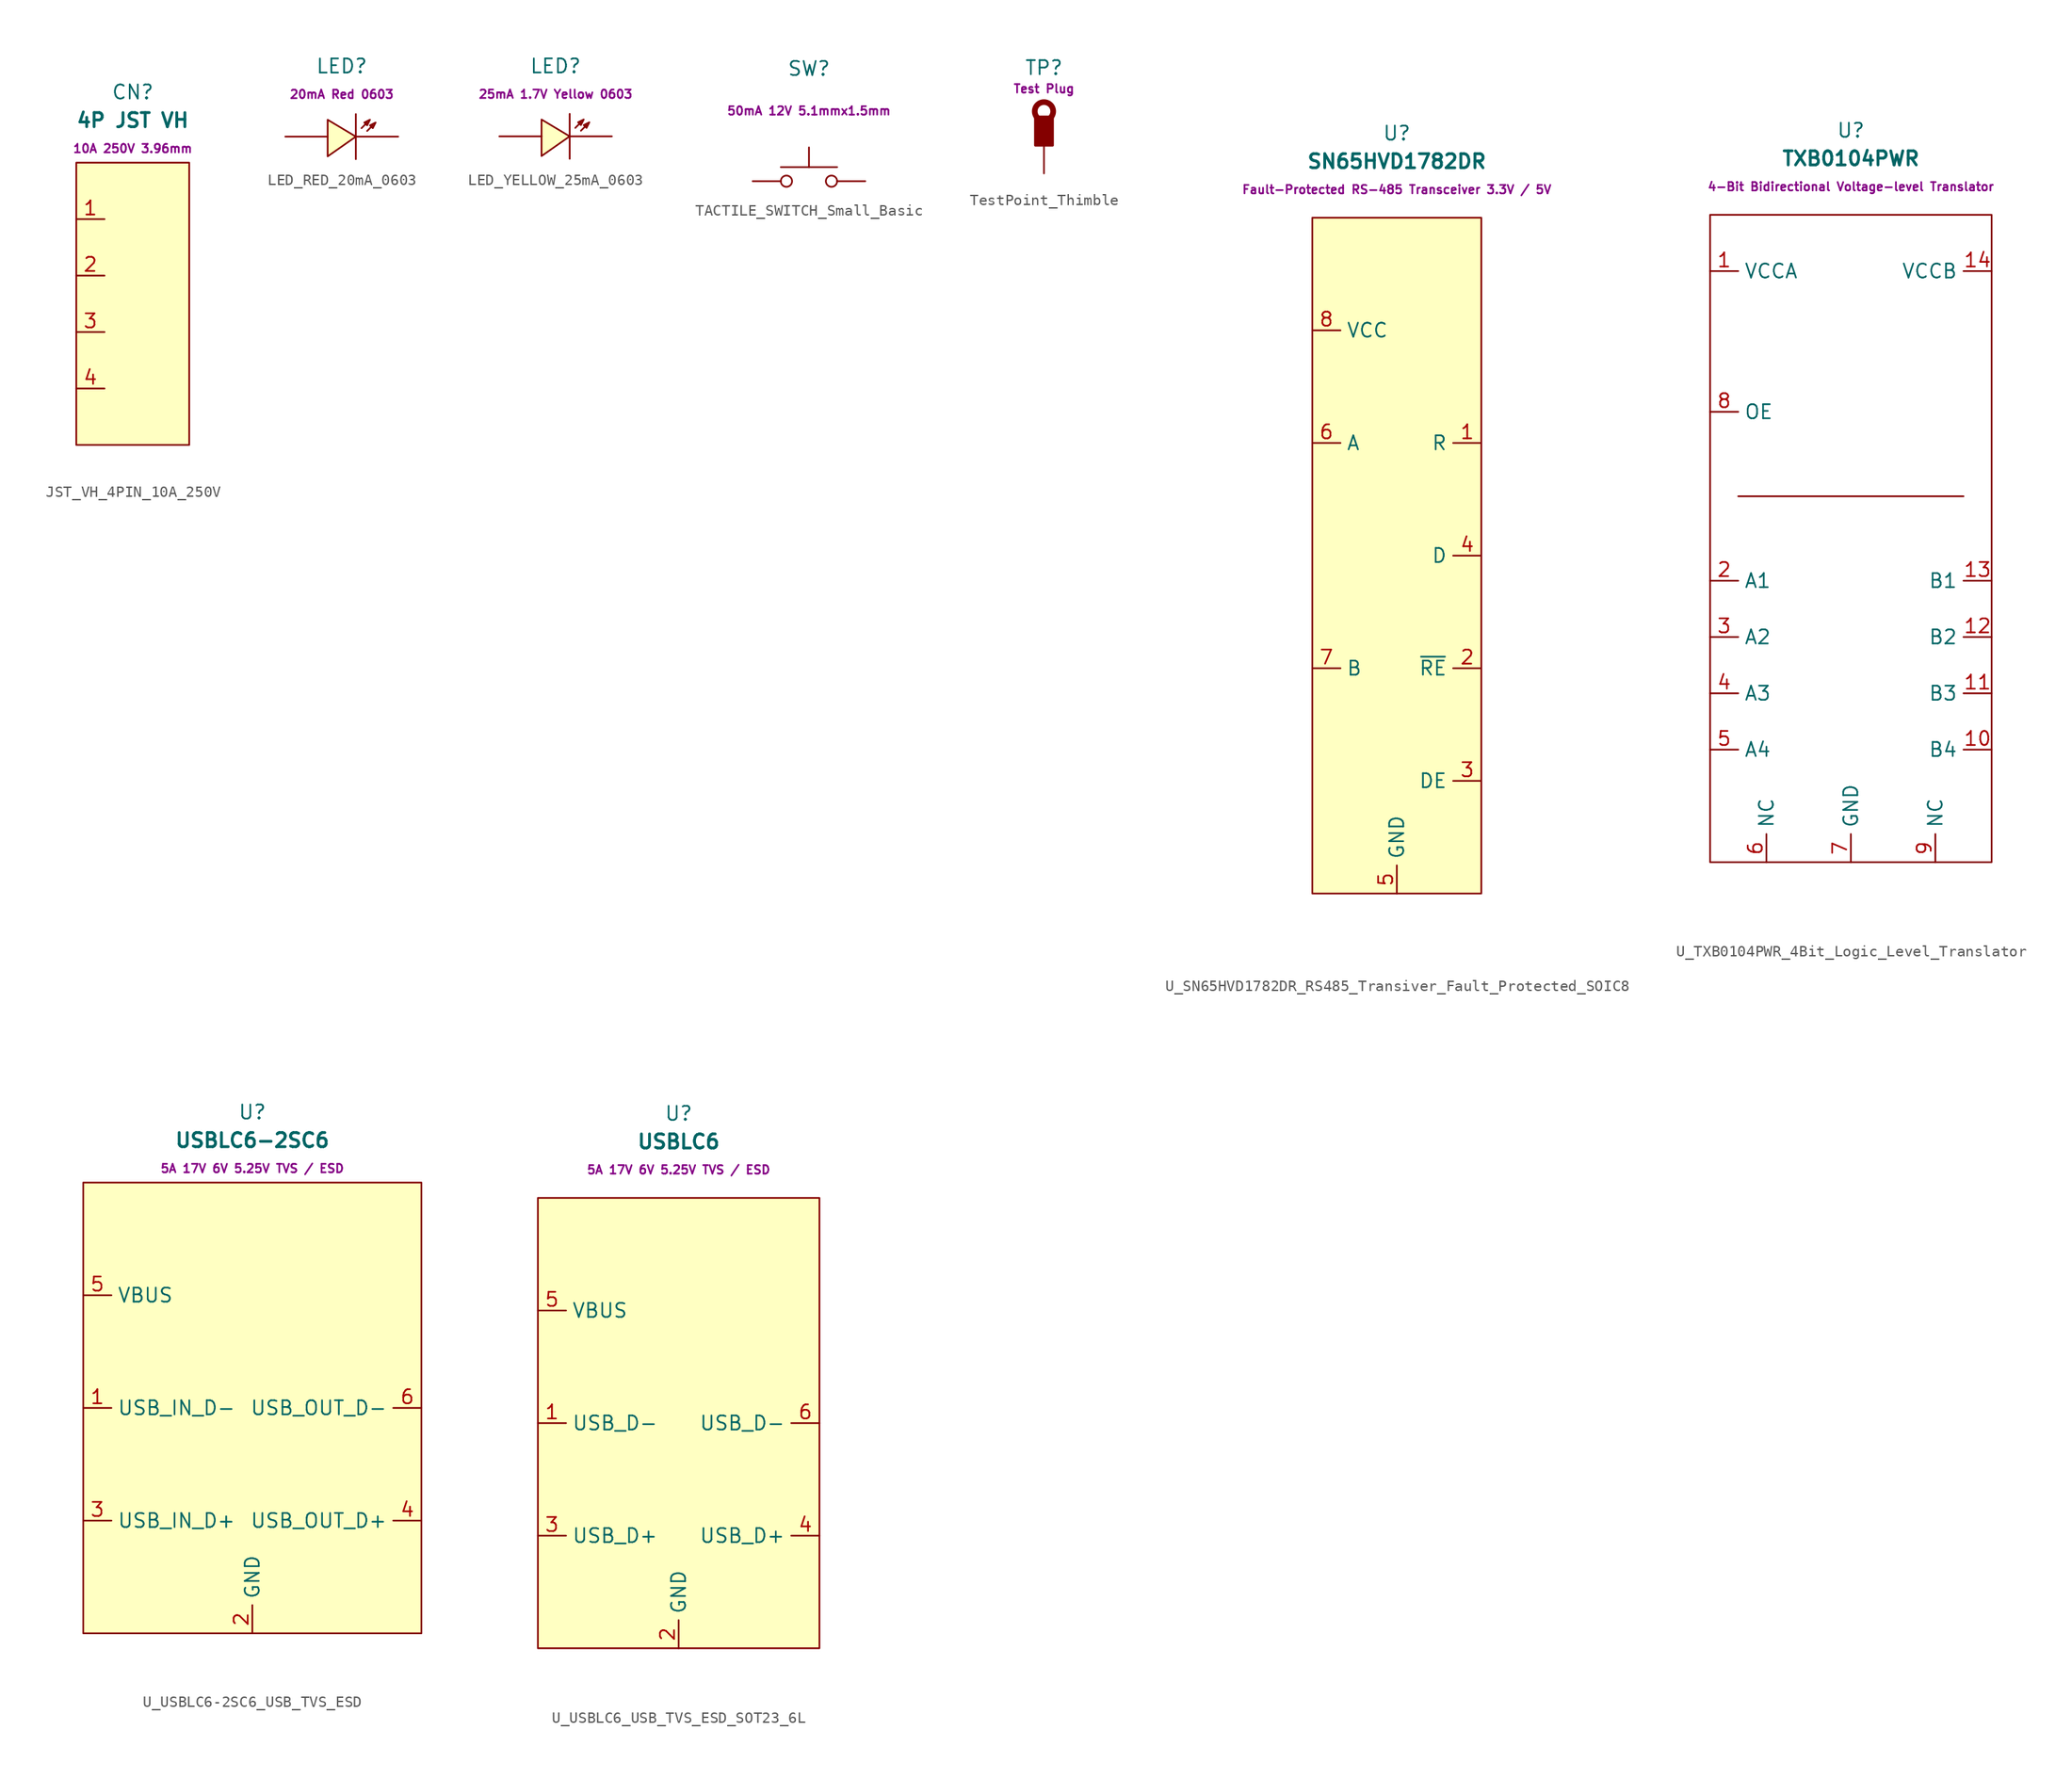
<source format=kicad_sym>
(kicad_symbol_lib
  (version 20231120)
  (generator "kicad_symbol_editor")
  (generator_version "8.0")
  (symbol "JST_VH_4PIN_10A_250V"
    (pin_names hide)
    (property "Reference" "CN"
      (at 0 19.05 0)
      (effects (font (size 1.27 1.27))))
    (property "Value" "4P JST VH"
      (at 0 16.51 0)
      (effects (font (size 1.27 1.27) (bold yes))))
    (property "Extra Values" "10A 250V 3.96mm"
      (at 0 13.97 0)
      (effects (font (size 0.762 0.762) (bold yes))))
    (symbol "JST_VH_4PIN_10A_250V_0_1"
      (rectangle (start -5.08 12.7) (end 5.08 -12.7) (stroke (width 0) (type default)) (fill (type background))))
    (symbol "JST_VH_4PIN_10A_250V_1_1"
      (pin passive line (at -5.08 7.62 0) (length 2.54) (name "1" (effects (font (size 1.27 1.27)))) (number "1" (effects (font (size 1.27 1.27)))))
      (pin passive line (at -5.08 2.54 0) (length 2.54) (name "2" (effects (font (size 1.27 1.27)))) (number "2" (effects (font (size 1.27 1.27)))))
      (pin passive line (at -5.08 -2.54 0) (length 2.54) (name "3" (effects (font (size 1.27 1.27)))) (number "3" (effects (font (size 1.27 1.27)))))
      (pin passive line (at -5.08 -7.62 0) (length 2.54) (name "4" (effects (font (size 1.27 1.27)))) (number "4" (effects (font (size 1.27 1.27)))))))
  (symbol "LED_RED_20mA_0603"
    (pin_numbers hide)
    (pin_names hide)
    (property "Reference" "LED"
      (at 0 6.35 0)
      (effects (font (size 1.27 1.27))))
    (property "Extra Values" "20mA Red 0603"
      (at 0 3.81 0)
      (effects (font (size 0.762 0.762) (bold yes))))
    (symbol "LED_RED_20mA_0603_0_1"
      (polyline (pts (xy 1.27 -2.03) (xy 1.27 2.03)) (stroke (width 0) (type default)) (fill (type none)))
      (polyline (pts (xy 1.778 0.762) (xy 2.286 1.27)) (stroke (width 0) (type default)) (fill (type none)))
      (polyline (pts (xy 2.286 0.508) (xy 2.794 1.016)) (stroke (width 0) (type default)) (fill (type none)))
      (polyline (pts (xy -1.27 1.52) (xy 1.27 0) (xy -1.27 -1.78) (xy -1.27 1.52)) (stroke (width 0) (type default)) (fill (type background)))
      (polyline (pts (xy 2.54 1.524) (xy 2.286 1.016) (xy 2.032 1.27) (xy 2.54 1.524)) (stroke (width 0) (type default)) (fill (type background)))
      (polyline (pts (xy 3.048 1.27) (xy 2.794 0.762) (xy 2.54 1.016) (xy 3.048 1.27)) (stroke (width 0) (type default)) (fill (type background))))
    (symbol "LED_RED_20mA_0603_1_1"
      (pin passive line (at 5.08 0 180) (length 3.81) (name "K" (effects (font (size 1.27 1.27)))) (number "1" (effects (font (size 1.27 1.27)))))
      (pin passive line (at -5.08 0 0) (length 3.81) (name "A" (effects (font (size 1.27 1.27)))) (number "2" (effects (font (size 1.27 1.27)))))))
  (symbol "LED_YELLOW_25mA_0603"
    (pin_numbers hide)
    (pin_names hide)
    (property "Reference" "LED"
      (at 0 6.35 0)
      (effects (font (size 1.27 1.27))))
    (property "Extra Values" "25mA 1.7V Yellow 0603"
      (at 0 3.81 0)
      (effects (font (size 0.762 0.762) (bold yes))))
    (symbol "LED_YELLOW_25mA_0603_0_1"
      (polyline (pts (xy 1.27 -2.03) (xy 1.27 2.03)) (stroke (width 0) (type default)) (fill (type none)))
      (polyline (pts (xy 1.778 0.762) (xy 2.286 1.27)) (stroke (width 0) (type default)) (fill (type none)))
      (polyline (pts (xy 2.286 0.508) (xy 2.794 1.016)) (stroke (width 0) (type default)) (fill (type none)))
      (polyline (pts (xy -1.27 1.52) (xy 1.27 0) (xy -1.27 -1.78) (xy -1.27 1.52)) (stroke (width 0) (type default)) (fill (type background)))
      (polyline (pts (xy 2.54 1.524) (xy 2.286 1.016) (xy 2.032 1.27) (xy 2.54 1.524)) (stroke (width 0) (type default)) (fill (type background)))
      (polyline (pts (xy 3.048 1.27) (xy 2.794 0.762) (xy 2.54 1.016) (xy 3.048 1.27)) (stroke (width 0) (type default)) (fill (type background))))
    (symbol "LED_YELLOW_25mA_0603_1_1"
      (pin passive line (at 5.08 0 180) (length 3.81) (name "K" (effects (font (size 1.27 1.27)))) (number "1" (effects (font (size 1.27 1.27)))))
      (pin passive line (at -5.08 0 0) (length 3.81) (name "A" (effects (font (size 1.27 1.27)))) (number "2" (effects (font (size 1.27 1.27)))))))
  (symbol "TACTILE_SWITCH_Small_Basic"
    (pin_numbers hide)
    (pin_names hide)
    (property "Reference" "SW"
      (at 0 10.16 0)
      (effects (font (size 1.27 1.27))))
    (property "Extra Values" "50mA 12V 5.1mmx1.5mm"
      (at 0 6.35 0)
      (effects (font (size 0.762 0.762) (bold yes))))
    (symbol "TACTILE_SWITCH_Small_Basic_0_1"
      (circle (center -2.032 0) (radius 0.508) (stroke (width 0) (type default)) (fill (type none)))
      (polyline (pts (xy 0 1.27) (xy 0 3.048)) (stroke (width 0) (type default)) (fill (type none)))
      (polyline (pts (xy 2.54 1.27) (xy -2.54 1.27)) (stroke (width 0) (type default)) (fill (type none)))
      (circle (center 2.032 0) (radius 0.508) (stroke (width 0) (type default)) (fill (type none)))
      (pin passive line (at -5.08 0 0) (length 2.54) (name "1" (effects (font (size 1.27 1.27)))) (number "1" (effects (font (size 1.27 1.27)))))
      (pin passive line (at 5.08 0 180) (length 2.54) (name "2" (effects (font (size 1.27 1.27)))) (number "2" (effects (font (size 1.27 1.27)))))))
  (symbol "TestPoint_Thimble"
    (pin_numbers hide)
    (pin_names hide)
    (property "Reference" "TP"
      (at 0 9.504 0)
      (effects (font (size 1.27 1.27))))
    (property "Extra Values" "Test Plug"
      (at 0 7.62 0)
      (effects (font (size 0.762 0.762) (bold yes))))
    (symbol "TestPoint_Thimble_1_1"
      (rectangle (start -0.762 5.08) (end 0.762 2.54) (stroke (width 0.254) (type default)) (fill (type outline)))
      (arc (start 0.508 4.9323) (mid 0 6.4175) (end -0.508 4.9323) (stroke (width 0.508) (type default)) (fill (type none)))
      (pin passive line (at 0 0 90) (length 2.54) (name "1" (effects (font (size 1.27 1.27)))) (number "1" (effects (font (size 1.27 1.27)))))))
  (symbol "U_SN65HVD1782DR_RS485_Transiver_Fault_Protected_SOIC8"
    (property "Reference" "U"
      (at 0 38.1 0)
      (effects (font (size 1.27 1.27))))
    (property "Value" "SN65HVD1782DR"
      (at 0 35.56 0)
      (effects (font (size 1.27 1.27) (bold yes))))
    (property "Extra Values" "Fault-Protected RS-485 Transceiver 3.3V / 5V"
      (at 0 33.02 0)
      (effects (font (size 0.762 0.762) (bold yes))))
    (symbol "U_SN65HVD1782DR_RS485_Transiver_Fault_Protected_SOIC8_0_1"
      (rectangle (start -7.62 30.48) (end 7.62 -30.48) (stroke (width 0) (type default)) (fill (type background))))
    (symbol "U_SN65HVD1782DR_RS485_Transiver_Fault_Protected_SOIC8_1_1"
      (pin output line (at 7.62 10.16 180) (length 2.54) (name "R" (effects (font (size 1.27 1.27)))) (number "1" (effects (font (size 1.27 1.27)))))
      (pin input line (at 7.62 -10.16 180) (length 2.54) (name "~{RE}" (effects (font (size 1.27 1.27)))) (number "2" (effects (font (size 1.27 1.27)))))
      (pin input line (at 7.62 -20.32 180) (length 2.54) (name "DE" (effects (font (size 1.27 1.27)))) (number "3" (effects (font (size 1.27 1.27)))))
      (pin input line (at 7.62 0 180) (length 2.54) (name "D" (effects (font (size 1.27 1.27)))) (number "4" (effects (font (size 1.27 1.27)))))
      (pin power_in line (at 0 -30.48 90) (length 2.54) (name "GND" (effects (font (size 1.27 1.27)))) (number "5" (effects (font (size 1.27 1.27)))))
      (pin bidirectional line (at -7.62 10.16 0) (length 2.54) (name "A" (effects (font (size 1.27 1.27)))) (number "6" (effects (font (size 1.27 1.27)))))
      (pin bidirectional line (at -7.62 -10.16 0) (length 2.54) (name "B" (effects (font (size 1.27 1.27)))) (number "7" (effects (font (size 1.27 1.27)))))
      (pin power_in line (at -7.62 20.32 0) (length 2.54) (name "VCC" (effects (font (size 1.27 1.27)))) (number "8" (effects (font (size 1.27 1.27)))))))
  (symbol "U_TXB0104PWR_4Bit_Logic_Level_Translator"
    (property "Reference" "U"
      (at 0 20.32 0)
      (effects (font (size 1.27 1.27))))
    (property "Value" "TXB0104PWR"
      (at 0 17.78 0)
      (effects (font (size 1.27 1.27) (bold yes))))
    (property "Extra Values" "4-Bit Bidirectional Voltage-level Translator"
      (at 0 15.24 0)
      (effects (font (size 0.762 0.762) (bold yes))))
    (symbol "U_TXB0104PWR_4Bit_Logic_Level_Translator_0_1"
      (rectangle (start -12.7 12.7) (end 12.7 -45.72) (stroke (width 0) (type default)) (fill (type none)))
      (polyline (pts (xy 10.16 -12.7) (xy -10.16 -12.7)) (stroke (width 0) (type default)) (fill (type none)))
      (pin unspecified line (at -7.62 -45.72 90) (length 2.54) (name "NC" (effects (font (size 1.27 1.27)))) (number "6" (effects (font (size 1.27 1.27)))))
      (pin unspecified line (at 7.62 -45.72 90) (length 2.54) (name "NC" (effects (font (size 1.27 1.27)))) (number "9" (effects (font (size 1.27 1.27))))))
    (symbol "U_TXB0104PWR_4Bit_Logic_Level_Translator_1_1"
      (pin power_in line (at -12.7 7.62 0) (length 2.54) (name "VCCA" (effects (font (size 1.27 1.27)))) (number "1" (effects (font (size 1.27 1.27)))))
      (pin bidirectional line (at 12.7 -35.56 180) (length 2.54) (name "B4" (effects (font (size 1.27 1.27)))) (number "10" (effects (font (size 1.27 1.27)))))
      (pin bidirectional line (at 12.7 -30.48 180) (length 2.54) (name "B3" (effects (font (size 1.27 1.27)))) (number "11" (effects (font (size 1.27 1.27)))))
      (pin bidirectional line (at 12.7 -25.4 180) (length 2.54) (name "B2" (effects (font (size 1.27 1.27)))) (number "12" (effects (font (size 1.27 1.27)))))
      (pin bidirectional line (at 12.7 -20.32 180) (length 2.54) (name "B1" (effects (font (size 1.27 1.27)))) (number "13" (effects (font (size 1.27 1.27)))))
      (pin power_in line (at 12.7 7.62 180) (length 2.54) (name "VCCB" (effects (font (size 1.27 1.27)))) (number "14" (effects (font (size 1.27 1.27)))))
      (pin bidirectional line (at -12.7 -20.32 0) (length 2.54) (name "A1" (effects (font (size 1.27 1.27)))) (number "2" (effects (font (size 1.27 1.27)))))
      (pin bidirectional line (at -12.7 -25.4 0) (length 2.54) (name "A2" (effects (font (size 1.27 1.27)))) (number "3" (effects (font (size 1.27 1.27)))))
      (pin bidirectional line (at -12.7 -30.48 0) (length 2.54) (name "A3" (effects (font (size 1.27 1.27)))) (number "4" (effects (font (size 1.27 1.27)))))
      (pin bidirectional line (at -12.7 -35.56 0) (length 2.54) (name "A4" (effects (font (size 1.27 1.27)))) (number "5" (effects (font (size 1.27 1.27)))))
      (pin power_in line (at 0 -45.72 90) (length 2.54) (name "GND" (effects (font (size 1.27 1.27)))) (number "7" (effects (font (size 1.27 1.27)))))
      (pin input line (at -12.7 -5.08 0) (length 2.54) (name "OE" (effects (font (size 1.27 1.27)))) (number "8" (effects (font (size 1.27 1.27)))))))
  (symbol "U_USBLC6-2SC6_USB_TVS_ESD"
    (property "Reference" "U"
      (at 0 26.67 0)
      (effects (font (size 1.27 1.27))))
    (property "Value" "USBLC6-2SC6"
      (at 0 24.13 0)
      (effects (font (size 1.27 1.27) (bold yes))))
    (property "Extra Values" "5A 17V 6V 5.25V TVS / ESD"
      (at 0 21.59 0)
      (effects (font (size 0.762 0.762) (bold yes))))
    (symbol "U_USBLC6-2SC6_USB_TVS_ESD_0_1"
      (rectangle (start -15.24 20.32) (end 15.24 -20.32) (stroke (width 0) (type default)) (fill (type background))))
    (symbol "U_USBLC6-2SC6_USB_TVS_ESD_1_1"
      (pin bidirectional line (at -15.24 0 0) (length 2.54) (name "USB_IN_D-" (effects (font (size 1.27 1.27)))) (number "1" (effects (font (size 1.27 1.27)))))
      (pin power_in line (at 0 -20.32 90) (length 2.54) (name "GND" (effects (font (size 1.27 1.27)))) (number "2" (effects (font (size 1.27 1.27)))))
      (pin bidirectional line (at -15.24 -10.16 0) (length 2.54) (name "USB_IN_D+" (effects (font (size 1.27 1.27)))) (number "3" (effects (font (size 1.27 1.27)))))
      (pin bidirectional line (at 15.24 -10.16 180) (length 2.54) (name "USB_OUT_D+" (effects (font (size 1.27 1.27)))) (number "4" (effects (font (size 1.27 1.27)))))
      (pin power_in line (at -15.24 10.16 0) (length 2.54) (name "VBUS" (effects (font (size 1.27 1.27)))) (number "5" (effects (font (size 1.27 1.27)))))
      (pin bidirectional line (at 15.24 0 180) (length 2.54) (name "USB_OUT_D-" (effects (font (size 1.27 1.27)))) (number "6" (effects (font (size 1.27 1.27)))))))
  (symbol "U_USBLC6_USB_TVS_ESD_SOT23_6L"
    (property "Reference" "U"
      (at 0 27.94 0)
      (effects (font (size 1.27 1.27))))
    (property "Value" "USBLC6"
      (at 0 25.4 0)
      (effects (font (size 1.27 1.27) (bold yes))))
    (property "Extra Values" "5A 17V 6V 5.25V TVS / ESD"
      (at 0 22.86 0)
      (effects (font (size 0.762 0.762) (bold yes))))
    (symbol "U_USBLC6_USB_TVS_ESD_SOT23_6L_0_1"
      (rectangle (start -12.7 20.32) (end 12.7 -20.32) (stroke (width 0) (type default)) (fill (type background))))
    (symbol "U_USBLC6_USB_TVS_ESD_SOT23_6L_1_1"
      (pin bidirectional line (at -12.7 0 0) (length 2.54) (name "USB_D-" (effects (font (size 1.27 1.27)))) (number "1" (effects (font (size 1.27 1.27)))))
      (pin power_in line (at 0 -20.32 90) (length 2.54) (name "GND" (effects (font (size 1.27 1.27)))) (number "2" (effects (font (size 1.27 1.27)))))
      (pin bidirectional line (at -12.7 -10.16 0) (length 2.54) (name "USB_D+" (effects (font (size 1.27 1.27)))) (number "3" (effects (font (size 1.27 1.27)))))
      (pin bidirectional line (at 12.7 -10.16 180) (length 2.54) (name "USB_D+" (effects (font (size 1.27 1.27)))) (number "4" (effects (font (size 1.27 1.27)))))
      (pin power_in line (at -12.7 10.16 0) (length 2.54) (name "VBUS" (effects (font (size 1.27 1.27)))) (number "5" (effects (font (size 1.27 1.27)))))
      (pin bidirectional line (at 12.7 0 180) (length 2.54) (name "USB_D-" (effects (font (size 1.27 1.27)))) (number "6" (effects (font (size 1.27 1.27))))))))
</source>
